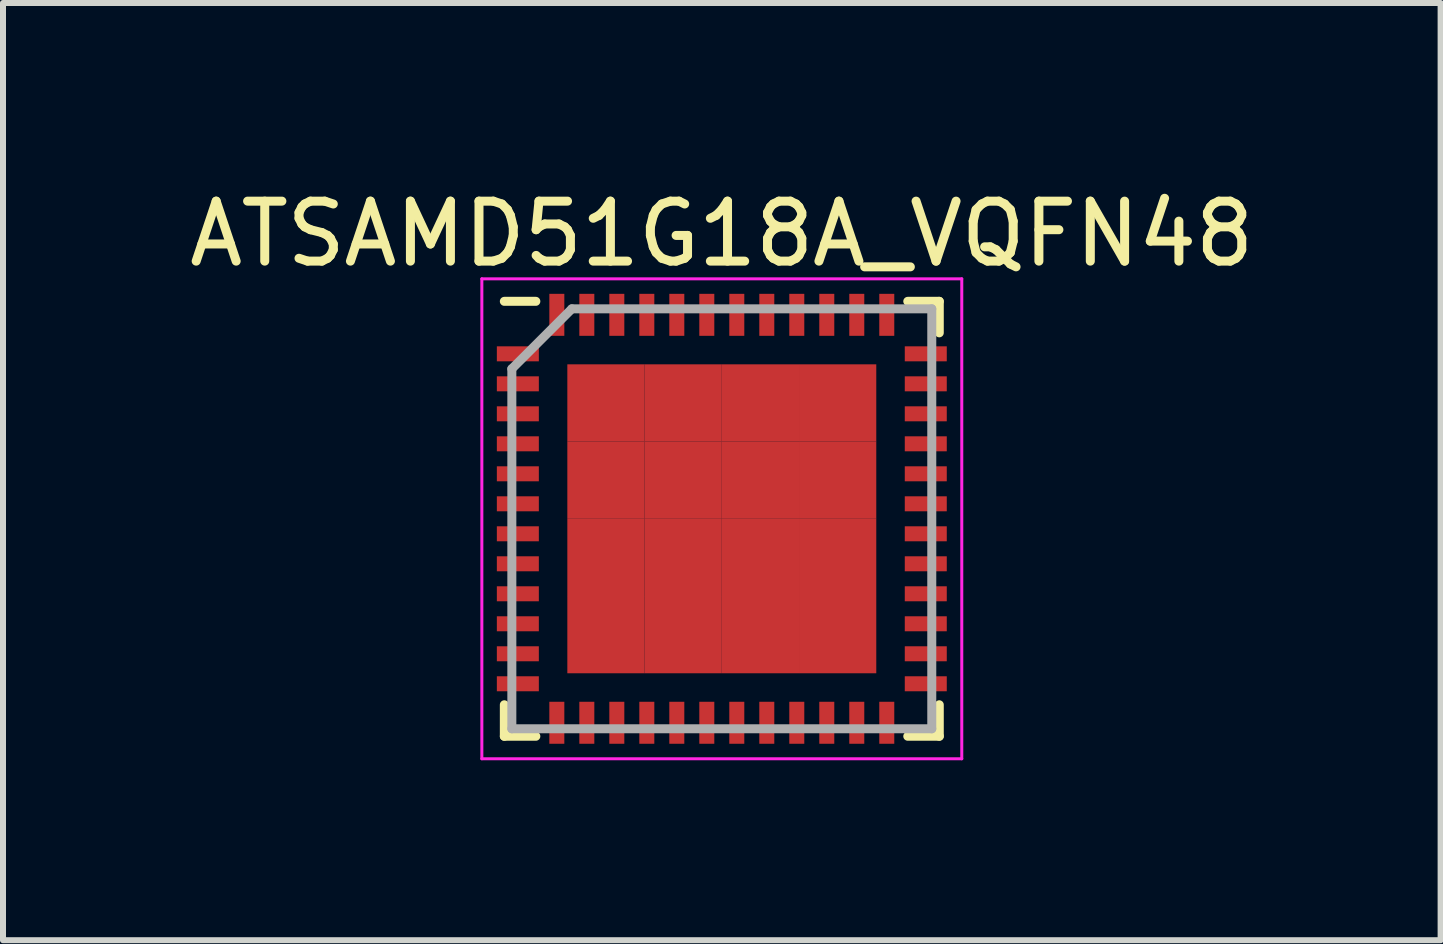
<source format=kicad_pcb>
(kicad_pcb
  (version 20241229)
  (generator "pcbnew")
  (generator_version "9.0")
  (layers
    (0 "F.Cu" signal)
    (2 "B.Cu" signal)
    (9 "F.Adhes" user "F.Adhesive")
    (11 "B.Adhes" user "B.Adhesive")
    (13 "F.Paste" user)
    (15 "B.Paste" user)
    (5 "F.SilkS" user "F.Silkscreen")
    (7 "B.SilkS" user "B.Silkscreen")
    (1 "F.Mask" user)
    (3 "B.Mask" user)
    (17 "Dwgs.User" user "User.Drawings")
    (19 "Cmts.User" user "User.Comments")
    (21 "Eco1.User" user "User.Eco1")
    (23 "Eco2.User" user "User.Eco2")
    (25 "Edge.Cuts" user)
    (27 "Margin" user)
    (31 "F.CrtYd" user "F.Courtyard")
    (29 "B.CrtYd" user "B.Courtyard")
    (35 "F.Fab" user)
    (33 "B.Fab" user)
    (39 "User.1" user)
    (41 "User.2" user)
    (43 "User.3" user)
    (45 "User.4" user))
  (footprint "ATSAMD51G18A_VQFN48"
    (layer "F.Cu")
    (at 8.982 5.598)
    (property "Reference" "ATSAMD51G18A_VQFN48" (at 0 -4.75 0) (layer "F.SilkS") (effects (font (size 1 1) (thickness 0.15))))
    (attr smd)
    (fp_line (start -3.625 -3.625) (end -3.1 -3.625) (stroke (width 0.15) (type solid)) (layer "F.SilkS"))
    (fp_line (start -3.625 3.625) (end -3.625 3.1) (stroke (width 0.15) (type solid)) (layer "F.SilkS"))
    (fp_line (start -3.625 3.625) (end -3.1 3.625) (stroke (width 0.15) (type solid)) (layer "F.SilkS"))
    (fp_line (start 3.625 -3.625) (end 3.1 -3.625) (stroke (width 0.15) (type solid)) (layer "F.SilkS"))
    (fp_line (start 3.625 -3.625) (end 3.625 -3.1) (stroke (width 0.15) (type solid)) (layer "F.SilkS"))
    (fp_line (start 3.625 3.625) (end 3.1 3.625) (stroke (width 0.15) (type solid)) (layer "F.SilkS"))
    (fp_line (start 3.625 3.625) (end 3.625 3.1) (stroke (width 0.15) (type solid)) (layer "F.SilkS"))
    (fp_line (start -4 -4) (end -4 4) (stroke (width 0.05) (type solid)) (layer "F.CrtYd"))
    (fp_line (start -4 -4) (end 4 -4) (stroke (width 0.05) (type solid)) (layer "F.CrtYd"))
    (fp_line (start -4 4) (end 4 4) (stroke (width 0.05) (type solid)) (layer "F.CrtYd"))
    (fp_line (start 4 -4) (end 4 4) (stroke (width 0.05) (type solid)) (layer "F.CrtYd"))
    (fp_line (start -3.5 -2.5) (end -2.5 -3.5) (stroke (width 0.15) (type solid)) (layer "F.Fab"))
    (fp_line (start -3.5 3.5) (end -3.5 -2.5) (stroke (width 0.15) (type solid)) (layer "F.Fab"))
    (fp_line (start -2.5 -3.5) (end 3.5 -3.5) (stroke (width 0.15) (type solid)) (layer "F.Fab"))
    (fp_line (start 3.5 -3.5) (end 3.5 3.5) (stroke (width 0.15) (type solid)) (layer "F.Fab"))
    (fp_line (start 3.5 3.5) (end -3.5 3.5) (stroke (width 0.15) (type solid)) (layer "F.Fab"))
    (pad "1" smd rect (at -3.4 -2.75) (size 0.7 0.25) (layers "F.Cu" "F.Mask" "F.Paste"))
    (pad "2" smd rect (at -3.4 -2.25) (size 0.7 0.25) (layers "F.Cu" "F.Mask" "F.Paste"))
    (pad "3" smd rect (at -3.4 -1.75) (size 0.7 0.25) (layers "F.Cu" "F.Mask" "F.Paste"))
    (pad "4" smd rect (at -3.4 -1.25) (size 0.7 0.25) (layers "F.Cu" "F.Mask" "F.Paste"))
    (pad "5" smd rect (at -3.4 -0.75) (size 0.7 0.25) (layers "F.Cu" "F.Mask" "F.Paste"))
    (pad "6" smd rect (at -3.4 -0.25) (size 0.7 0.25) (layers "F.Cu" "F.Mask" "F.Paste"))
    (pad "7" smd rect (at -3.4 0.25) (size 0.7 0.25) (layers "F.Cu" "F.Mask" "F.Paste"))
    (pad "8" smd rect (at -3.4 0.75) (size 0.7 0.25) (layers "F.Cu" "F.Mask" "F.Paste"))
    (pad "9" smd rect (at -3.4 1.25) (size 0.7 0.25) (layers "F.Cu" "F.Mask" "F.Paste"))
    (pad "10" smd rect (at -3.4 1.75) (size 0.7 0.25) (layers "F.Cu" "F.Mask" "F.Paste"))
    (pad "11" smd rect (at -3.4 2.25) (size 0.7 0.25) (layers "F.Cu" "F.Mask" "F.Paste"))
    (pad "12" smd rect (at -3.4 2.75) (size 0.7 0.25) (layers "F.Cu" "F.Mask" "F.Paste"))
    (pad "13" smd rect (at -2.75 3.4 90) (size 0.7 0.25) (layers "F.Cu" "F.Mask" "F.Paste"))
    (pad "14" smd rect (at -2.25 3.4 90) (size 0.7 0.25) (layers "F.Cu" "F.Mask" "F.Paste"))
    (pad "15" smd rect (at -1.75 3.4 90) (size 0.7 0.25) (layers "F.Cu" "F.Mask" "F.Paste"))
    (pad "16" smd rect (at -1.25 3.4 90) (size 0.7 0.25) (layers "F.Cu" "F.Mask" "F.Paste"))
    (pad "17" smd rect (at -0.75 3.4 90) (size 0.7 0.25) (layers "F.Cu" "F.Mask" "F.Paste"))
    (pad "18" smd rect (at -0.25 3.4 90) (size 0.7 0.25) (layers "F.Cu" "F.Mask" "F.Paste"))
    (pad "19" smd rect (at 0.25 3.4 90) (size 0.7 0.25) (layers "F.Cu" "F.Mask" "F.Paste"))
    (pad "20" smd rect (at 0.75 3.4 90) (size 0.7 0.25) (layers "F.Cu" "F.Mask" "F.Paste"))
    (pad "21" smd rect (at 1.25 3.4 90) (size 0.7 0.25) (layers "F.Cu" "F.Mask" "F.Paste"))
    (pad "22" smd rect (at 1.75 3.4 90) (size 0.7 0.25) (layers "F.Cu" "F.Mask" "F.Paste"))
    (pad "23" smd rect (at 2.25 3.4 90) (size 0.7 0.25) (layers "F.Cu" "F.Mask" "F.Paste"))
    (pad "24" smd rect (at 2.75 3.4 90) (size 0.7 0.25) (layers "F.Cu" "F.Mask" "F.Paste"))
    (pad "25" smd rect (at 3.4 2.75) (size 0.7 0.25) (layers "F.Cu" "F.Mask" "F.Paste"))
    (pad "26" smd rect (at 3.4 2.25) (size 0.7 0.25) (layers "F.Cu" "F.Mask" "F.Paste"))
    (pad "27" smd rect (at 3.4 1.75) (size 0.7 0.25) (layers "F.Cu" "F.Mask" "F.Paste"))
    (pad "28" smd rect (at 3.4 1.25) (size 0.7 0.25) (layers "F.Cu" "F.Mask" "F.Paste"))
    (pad "29" smd rect (at 3.4 0.75) (size 0.7 0.25) (layers "F.Cu" "F.Mask" "F.Paste"))
    (pad "30" smd rect (at 3.4 0.25) (size 0.7 0.25) (layers "F.Cu" "F.Mask" "F.Paste"))
    (pad "31" smd rect (at 3.4 -0.25) (size 0.7 0.25) (layers "F.Cu" "F.Mask" "F.Paste"))
    (pad "32" smd rect (at 3.4 -0.75) (size 0.7 0.25) (layers "F.Cu" "F.Mask" "F.Paste"))
    (pad "33" smd rect (at 3.4 -1.25) (size 0.7 0.25) (layers "F.Cu" "F.Mask" "F.Paste"))
    (pad "34" smd rect (at 3.4 -1.75) (size 0.7 0.25) (layers "F.Cu" "F.Mask" "F.Paste"))
    (pad "35" smd rect (at 3.4 -2.25) (size 0.7 0.25) (layers "F.Cu" "F.Mask" "F.Paste"))
    (pad "36" smd rect (at 3.4 -2.75) (size 0.7 0.25) (layers "F.Cu" "F.Mask" "F.Paste"))
    (pad "37" smd rect (at 2.75 -3.4 90) (size 0.7 0.25) (layers "F.Cu" "F.Mask" "F.Paste"))
    (pad "38" smd rect (at 2.25 -3.4 90) (size 0.7 0.25) (layers "F.Cu" "F.Mask" "F.Paste"))
    (pad "39" smd rect (at 1.75 -3.4 90) (size 0.7 0.25) (layers "F.Cu" "F.Mask" "F.Paste"))
    (pad "40" smd rect (at 1.25 -3.4 90) (size 0.7 0.25) (layers "F.Cu" "F.Mask" "F.Paste"))
    (pad "41" smd rect (at 0.75 -3.4 90) (size 0.7 0.25) (layers "F.Cu" "F.Mask" "F.Paste"))
    (pad "42" smd rect (at 0.25 -3.4 90) (size 0.7 0.25) (layers "F.Cu" "F.Mask" "F.Paste"))
    (pad "43" smd rect (at -0.25 -3.4 90) (size 0.7 0.25) (layers "F.Cu" "F.Mask" "F.Paste"))
    (pad "44" smd rect (at -0.75 -3.4 90) (size 0.7 0.25) (layers "F.Cu" "F.Mask" "F.Paste"))
    (pad "45" smd rect (at -1.25 -3.4 90) (size 0.7 0.25) (layers "F.Cu" "F.Mask" "F.Paste"))
    (pad "46" smd rect (at -1.75 -3.4 90) (size 0.7 0.25) (layers "F.Cu" "F.Mask" "F.Paste"))
    (pad "47" smd rect (at -2.25 -3.4 90) (size 0.7 0.25) (layers "F.Cu" "F.Mask" "F.Paste"))
    (pad "48" smd rect (at -2.75 -3.4 90) (size 0.7 0.25) (layers "F.Cu" "F.Mask" "F.Paste"))
    (pad "49" smd rect (at -1.931 -1.931) (size 1.288 1.288) (layers "F.Cu" "F.Mask" "F.Paste"))
    (pad "49" smd rect (at -1.931 -0.644) (size 1.288 1.288) (layers "F.Cu" "F.Mask" "F.Paste"))
    (pad "49" smd rect (at -1.931 0.644) (size 1.288 1.288) (layers "F.Cu" "F.Mask" "F.Paste"))
    (pad "49" smd rect (at -1.931 1.931) (size 1.288 1.288) (layers "F.Cu" "F.Mask" "F.Paste"))
    (pad "49" smd rect (at -0.644 -1.931) (size 1.288 1.288) (layers "F.Cu" "F.Mask" "F.Paste"))
    (pad "49" smd rect (at -0.644 -0.644) (size 1.288 1.288) (layers "F.Cu" "F.Mask" "F.Paste"))
    (pad "49" smd rect (at -0.644 0.644) (size 1.288 1.288) (layers "F.Cu" "F.Mask" "F.Paste"))
    (pad "49" smd rect (at -0.644 1.931) (size 1.288 1.288) (layers "F.Cu" "F.Mask" "F.Paste"))
    (pad "49" smd rect (at 0.644 -1.931) (size 1.288 1.288) (layers "F.Cu" "F.Mask" "F.Paste"))
    (pad "49" smd rect (at 0.644 -0.644) (size 1.288 1.288) (layers "F.Cu" "F.Mask" "F.Paste"))
    (pad "49" smd rect (at 0.644 0.644) (size 1.288 1.288) (layers "F.Cu" "F.Mask" "F.Paste"))
    (pad "49" smd rect (at 0.644 1.931) (size 1.288 1.288) (layers "F.Cu" "F.Mask" "F.Paste"))
    (pad "49" smd rect (at 1.931 -1.931) (size 1.288 1.288) (layers "F.Cu" "F.Mask" "F.Paste"))
    (pad "49" smd rect (at 1.931 -0.644) (size 1.288 1.288) (layers "F.Cu" "F.Mask" "F.Paste"))
    (pad "49" smd rect (at 1.931 0.644) (size 1.288 1.288) (layers "F.Cu" "F.Mask" "F.Paste"))
    (pad "49" smd rect (at 1.931 1.931) (size 1.288 1.288) (layers "F.Cu" "F.Mask" "F.Paste")))
  (gr_rect
    (start -3 -3)
    (end 20.964 12.623)
    (stroke (width 0.1) (type default))
    (fill no)
    (layer "Edge.Cuts")))
</source>
